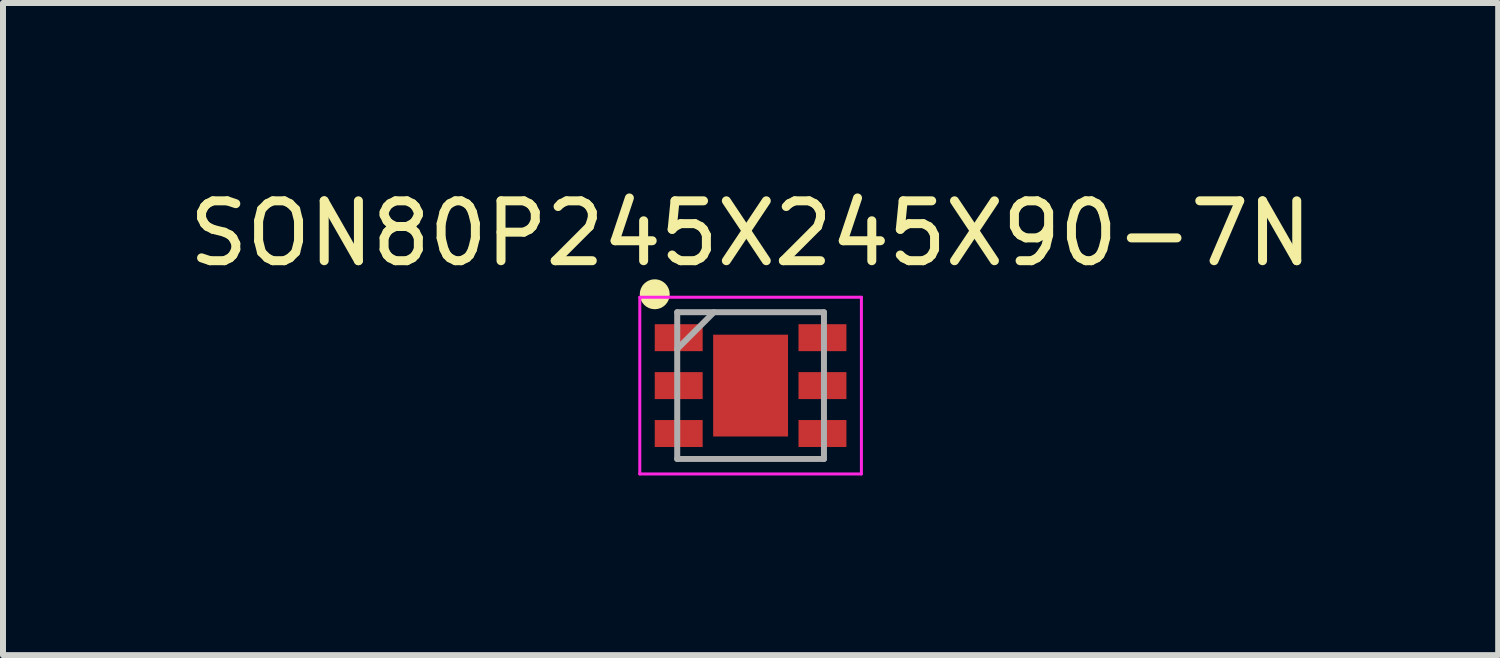
<source format=kicad_pcb>
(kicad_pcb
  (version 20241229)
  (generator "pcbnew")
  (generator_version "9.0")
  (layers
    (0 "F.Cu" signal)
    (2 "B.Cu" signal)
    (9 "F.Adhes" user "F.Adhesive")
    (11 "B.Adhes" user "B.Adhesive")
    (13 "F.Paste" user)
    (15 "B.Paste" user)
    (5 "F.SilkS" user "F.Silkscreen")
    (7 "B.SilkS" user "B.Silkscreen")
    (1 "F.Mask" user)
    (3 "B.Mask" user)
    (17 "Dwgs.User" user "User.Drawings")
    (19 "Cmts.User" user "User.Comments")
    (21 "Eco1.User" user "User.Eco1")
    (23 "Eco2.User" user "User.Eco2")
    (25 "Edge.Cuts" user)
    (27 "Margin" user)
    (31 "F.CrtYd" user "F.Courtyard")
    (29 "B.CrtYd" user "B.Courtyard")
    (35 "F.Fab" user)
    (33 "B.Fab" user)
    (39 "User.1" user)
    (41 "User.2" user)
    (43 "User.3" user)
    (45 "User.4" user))
  (footprint "SON80P245X245X90-7N"
    (layer "F.Cu")
    (at 9.482 3.388)
    (property "Reference" "SON80P245X245X90-7N" (at 0 -2.54 0) (layer "F.SilkS") (effects (font (size 1 1) (thickness 0.15))))
    (attr smd)
    (fp_circle (center -1.6 -1.525) (end -1.6 -1.4) (stroke (width 0.25) (type solid)) (fill no) (layer "F.SilkS"))
    (fp_line (start -1.85 -1.475) (end 1.85 -1.475) (stroke (width 0.05) (type solid)) (layer "F.CrtYd"))
    (fp_line (start -1.85 1.475) (end -1.85 -1.475) (stroke (width 0.05) (type solid)) (layer "F.CrtYd"))
    (fp_line (start 1.85 -1.475) (end 1.85 1.475) (stroke (width 0.05) (type solid)) (layer "F.CrtYd"))
    (fp_line (start 1.85 1.475) (end -1.85 1.475) (stroke (width 0.05) (type solid)) (layer "F.CrtYd"))
    (fp_line (start -1.225 -1.225) (end 1.225 -1.225) (stroke (width 0.1) (type solid)) (layer "F.Fab"))
    (fp_line (start -1.225 -0.612) (end -0.612 -1.225) (stroke (width 0.1) (type solid)) (layer "F.Fab"))
    (fp_line (start -1.225 1.225) (end -1.225 -1.225) (stroke (width 0.1) (type solid)) (layer "F.Fab"))
    (fp_line (start 1.225 -1.225) (end 1.225 1.225) (stroke (width 0.1) (type solid)) (layer "F.Fab"))
    (fp_line (start 1.225 1.225) (end -1.225 1.225) (stroke (width 0.1) (type solid)) (layer "F.Fab"))
    (pad "1" smd rect (at -1.2 -0.8 90) (size 0.45 0.8) (layers "F.Cu" "F.Mask" "F.Paste"))
    (pad "2" smd rect (at -1.2 0 90) (size 0.45 0.8) (layers "F.Cu" "F.Mask" "F.Paste"))
    (pad "3" smd rect (at -1.2 0.8 90) (size 0.45 0.8) (layers "F.Cu" "F.Mask" "F.Paste"))
    (pad "4" smd rect (at 1.2 0.8 90) (size 0.45 0.8) (layers "F.Cu" "F.Mask" "F.Paste"))
    (pad "5" smd rect (at 1.2 0 90) (size 0.45 0.8) (layers "F.Cu" "F.Mask" "F.Paste"))
    (pad "6" smd rect (at 1.2 -0.8 90) (size 0.45 0.8) (layers "F.Cu" "F.Mask" "F.Paste"))
    (pad "7" smd rect (at 0 0) (size 1.25 1.7) (layers "F.Cu" "F.Mask" "F.Paste")))
  (gr_rect
    (start -3 -3)
    (end 21.964 7.888)
    (stroke (width 0.1) (type default))
    (fill no)
    (layer "Edge.Cuts")))
</source>
